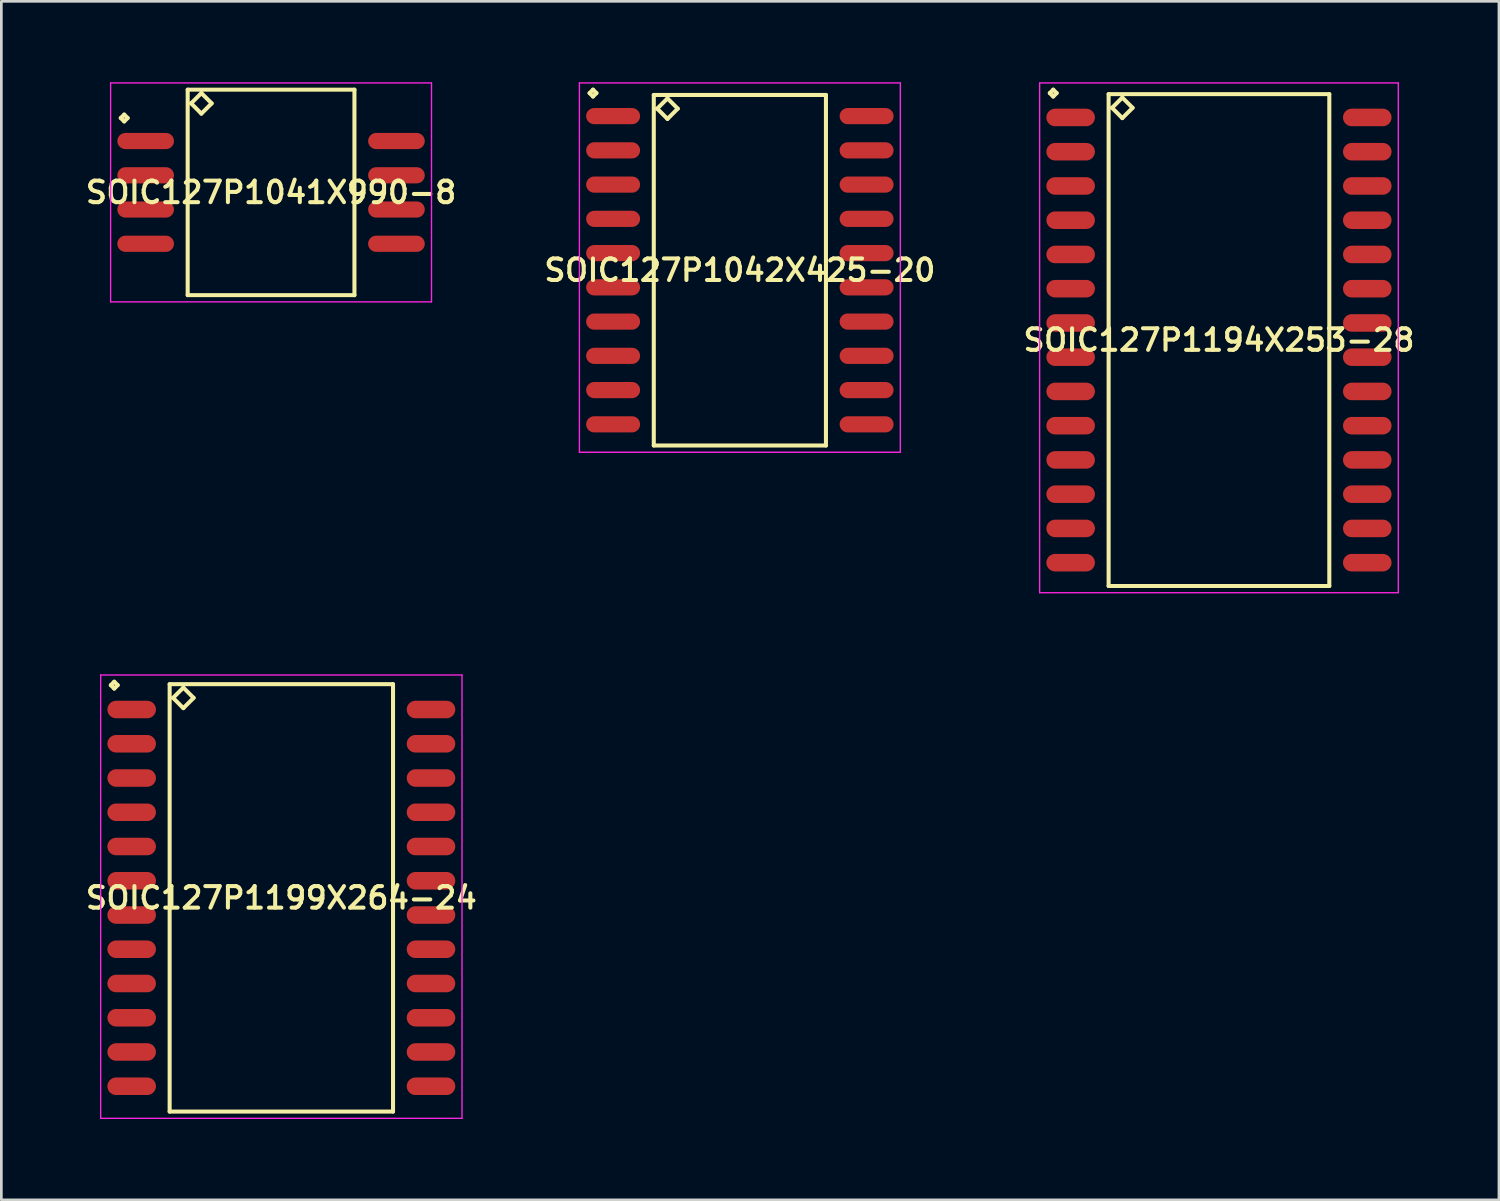
<source format=kicad_pcb>
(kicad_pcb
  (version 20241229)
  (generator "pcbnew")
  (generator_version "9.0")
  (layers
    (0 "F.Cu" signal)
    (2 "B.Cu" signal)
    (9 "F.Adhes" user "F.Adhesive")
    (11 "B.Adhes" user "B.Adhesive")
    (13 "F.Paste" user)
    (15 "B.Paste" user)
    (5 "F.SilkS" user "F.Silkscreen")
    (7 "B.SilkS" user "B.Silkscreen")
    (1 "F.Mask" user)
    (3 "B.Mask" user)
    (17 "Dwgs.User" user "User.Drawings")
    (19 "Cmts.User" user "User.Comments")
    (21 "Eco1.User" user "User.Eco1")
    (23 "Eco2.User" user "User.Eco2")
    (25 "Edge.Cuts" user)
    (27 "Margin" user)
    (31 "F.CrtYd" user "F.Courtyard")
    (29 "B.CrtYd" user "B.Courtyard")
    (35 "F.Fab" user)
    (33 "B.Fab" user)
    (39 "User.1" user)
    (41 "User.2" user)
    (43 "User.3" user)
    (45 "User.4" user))
  (footprint "SOIC127P1041X990-8"
    (layer "F.Cu")
    (at 7.002 4.085)
    (property "Reference" "SOIC127P1041X990-8" (at 0 0 0) (layer "F.SilkS") (effects (font (size 0.8 0.8) (thickness 0.15))))
    (attr smd)
    (fp_line (start -5.573 -2.759) (end -5.446 -2.886) (stroke (width 0.15) (type solid)) (layer "F.SilkS"))
    (fp_line (start -5.446 -2.886) (end -5.319 -2.759) (stroke (width 0.15) (type solid)) (layer "F.SilkS"))
    (fp_line (start -5.446 -2.632) (end -5.573 -2.759) (stroke (width 0.15) (type solid)) (layer "F.SilkS"))
    (fp_line (start -5.319 -2.759) (end -5.446 -2.632) (stroke (width 0.15) (type solid)) (layer "F.SilkS"))
    (fp_line (start -3.092 -3.81) (end -3.092 3.81) (stroke (width 0.15) (type solid)) (layer "F.SilkS"))
    (fp_line (start -3.092 3.81) (end 3.092 3.81) (stroke (width 0.15) (type solid)) (layer "F.SilkS"))
    (fp_line (start -2.965 -3.302) (end -2.584 -3.683) (stroke (width 0.15) (type solid)) (layer "F.SilkS"))
    (fp_line (start -2.584 -3.683) (end -2.203 -3.302) (stroke (width 0.15) (type solid)) (layer "F.SilkS"))
    (fp_line (start -2.584 -2.921) (end -2.965 -3.302) (stroke (width 0.15) (type solid)) (layer "F.SilkS"))
    (fp_line (start -2.203 -3.302) (end -2.584 -2.921) (stroke (width 0.15) (type solid)) (layer "F.SilkS"))
    (fp_line (start 3.092 -3.81) (end -3.092 -3.81) (stroke (width 0.15) (type solid)) (layer "F.SilkS"))
    (fp_line (start 3.092 3.81) (end 3.092 -3.81) (stroke (width 0.15) (type solid)) (layer "F.SilkS"))
    (fp_line (start -5.95 -4.06) (end 5.95 -4.06) (stroke (width 0.05) (type solid)) (layer "F.CrtYd"))
    (fp_line (start -5.95 4.06) (end -5.95 -4.06) (stroke (width 0.05) (type solid)) (layer "F.CrtYd"))
    (fp_line (start 5.95 -4.06) (end 5.95 4.06) (stroke (width 0.05) (type solid)) (layer "F.CrtYd"))
    (fp_line (start 5.95 4.06) (end -5.95 4.06) (stroke (width 0.05) (type solid)) (layer "F.CrtYd"))
    (pad "1" smd oval (at -4.65 -1.905) (size 2.1 0.6) (layers "F.Cu" "F.Mask" "F.Paste"))
    (pad "2" smd oval (at -4.65 -0.635) (size 2.1 0.6) (layers "F.Cu" "F.Mask" "F.Paste"))
    (pad "3" smd oval (at -4.65 0.635) (size 2.1 0.6) (layers "F.Cu" "F.Mask" "F.Paste"))
    (pad "4" smd oval (at -4.65 1.905) (size 2.1 0.6) (layers "F.Cu" "F.Mask" "F.Paste"))
    (pad "5" smd oval (at 4.65 1.905) (size 2.1 0.6) (layers "F.Cu" "F.Mask" "F.Paste"))
    (pad "6" smd oval (at 4.65 0.635) (size 2.1 0.6) (layers "F.Cu" "F.Mask" "F.Paste"))
    (pad "7" smd oval (at 4.65 -0.635) (size 2.1 0.6) (layers "F.Cu" "F.Mask" "F.Paste"))
    (pad "8" smd oval (at 4.65 -1.905) (size 2.1 0.6) (layers "F.Cu" "F.Mask" "F.Paste")))
  (footprint "SOIC127P1042X425-20"
    (layer "F.Cu")
    (at 24.387 6.971)
    (property "Reference" "SOIC127P1042X425-20" (at 0 0 0) (layer "F.SilkS") (effects (font (size 0.8 0.8) (thickness 0.15))))
    (attr smd)
    (fp_line (start -5.573 -6.569) (end -5.446 -6.696) (stroke (width 0.15) (type solid)) (layer "F.SilkS"))
    (fp_line (start -5.446 -6.696) (end -5.319 -6.569) (stroke (width 0.15) (type solid)) (layer "F.SilkS"))
    (fp_line (start -5.446 -6.442) (end -5.573 -6.569) (stroke (width 0.15) (type solid)) (layer "F.SilkS"))
    (fp_line (start -5.319 -6.569) (end -5.446 -6.442) (stroke (width 0.15) (type solid)) (layer "F.SilkS"))
    (fp_line (start -3.192 -6.5) (end -3.192 6.5) (stroke (width 0.15) (type solid)) (layer "F.SilkS"))
    (fp_line (start -3.192 6.5) (end 3.192 6.5) (stroke (width 0.15) (type solid)) (layer "F.SilkS"))
    (fp_line (start -3.065 -5.992) (end -2.684 -6.373) (stroke (width 0.15) (type solid)) (layer "F.SilkS"))
    (fp_line (start -2.684 -6.373) (end -2.303 -5.992) (stroke (width 0.15) (type solid)) (layer "F.SilkS"))
    (fp_line (start -2.684 -5.611) (end -3.065 -5.992) (stroke (width 0.15) (type solid)) (layer "F.SilkS"))
    (fp_line (start -2.303 -5.992) (end -2.684 -5.611) (stroke (width 0.15) (type solid)) (layer "F.SilkS"))
    (fp_line (start 3.192 -6.5) (end -3.192 -6.5) (stroke (width 0.15) (type solid)) (layer "F.SilkS"))
    (fp_line (start 3.192 6.5) (end 3.192 -6.5) (stroke (width 0.15) (type solid)) (layer "F.SilkS"))
    (fp_line (start -5.95 -6.946) (end 5.95 -6.946) (stroke (width 0.05) (type solid)) (layer "F.CrtYd"))
    (fp_line (start -5.95 6.75) (end -5.95 -6.946) (stroke (width 0.05) (type solid)) (layer "F.CrtYd"))
    (fp_line (start 5.95 -6.946) (end 5.95 6.75) (stroke (width 0.05) (type solid)) (layer "F.CrtYd"))
    (fp_line (start 5.95 6.75) (end -5.95 6.75) (stroke (width 0.05) (type solid)) (layer "F.CrtYd"))
    (pad "1" smd oval (at -4.7 -5.715) (size 2 0.6) (layers "F.Cu" "F.Mask" "F.Paste"))
    (pad "2" smd oval (at -4.7 -4.445) (size 2 0.6) (layers "F.Cu" "F.Mask" "F.Paste"))
    (pad "3" smd oval (at -4.7 -3.175) (size 2 0.6) (layers "F.Cu" "F.Mask" "F.Paste"))
    (pad "4" smd oval (at -4.7 -1.905) (size 2 0.6) (layers "F.Cu" "F.Mask" "F.Paste"))
    (pad "5" smd oval (at -4.7 -0.635) (size 2 0.6) (layers "F.Cu" "F.Mask" "F.Paste"))
    (pad "6" smd oval (at -4.7 0.635) (size 2 0.6) (layers "F.Cu" "F.Mask" "F.Paste"))
    (pad "7" smd oval (at -4.7 1.905) (size 2 0.6) (layers "F.Cu" "F.Mask" "F.Paste"))
    (pad "8" smd oval (at -4.7 3.175) (size 2 0.6) (layers "F.Cu" "F.Mask" "F.Paste"))
    (pad "9" smd oval (at -4.7 4.445) (size 2 0.6) (layers "F.Cu" "F.Mask" "F.Paste"))
    (pad "10" smd oval (at -4.7 5.715) (size 2 0.6) (layers "F.Cu" "F.Mask" "F.Paste"))
    (pad "11" smd oval (at 4.7 5.715) (size 2 0.6) (layers "F.Cu" "F.Mask" "F.Paste"))
    (pad "12" smd oval (at 4.7 4.445) (size 2 0.6) (layers "F.Cu" "F.Mask" "F.Paste"))
    (pad "13" smd oval (at 4.7 3.175) (size 2 0.6) (layers "F.Cu" "F.Mask" "F.Paste"))
    (pad "14" smd oval (at 4.7 1.905) (size 2 0.6) (layers "F.Cu" "F.Mask" "F.Paste"))
    (pad "15" smd oval (at 4.7 0.635) (size 2 0.6) (layers "F.Cu" "F.Mask" "F.Paste"))
    (pad "16" smd oval (at 4.7 -0.635) (size 2 0.6) (layers "F.Cu" "F.Mask" "F.Paste"))
    (pad "17" smd oval (at 4.7 -1.905) (size 2 0.6) (layers "F.Cu" "F.Mask" "F.Paste"))
    (pad "18" smd oval (at 4.7 -3.175) (size 2 0.6) (layers "F.Cu" "F.Mask" "F.Paste"))
    (pad "19" smd oval (at 4.7 -4.445) (size 2 0.6) (layers "F.Cu" "F.Mask" "F.Paste"))
    (pad "20" smd oval (at 4.7 -5.715) (size 2 0.6) (layers "F.Cu" "F.Mask" "F.Paste")))
  (footprint "SOIC127P1194X253-28"
    (layer "F.Cu")
    (at 42.154 9.561)
    (property "Reference" "SOIC127P1194X253-28" (at 0 0 0) (layer "F.SilkS") (effects (font (size 0.8 0.8) (thickness 0.15))))
    (attr smd)
    (fp_line (start -6.273 -9.159) (end -6.146 -9.286) (stroke (width 0.15) (type solid)) (layer "F.SilkS"))
    (fp_line (start -6.146 -9.286) (end -6.019 -9.159) (stroke (width 0.15) (type solid)) (layer "F.SilkS"))
    (fp_line (start -6.146 -9.032) (end -6.273 -9.159) (stroke (width 0.15) (type solid)) (layer "F.SilkS"))
    (fp_line (start -6.019 -9.159) (end -6.146 -9.032) (stroke (width 0.15) (type solid)) (layer "F.SilkS"))
    (fp_line (start -4.092 -9.12) (end -4.092 9.12) (stroke (width 0.15) (type solid)) (layer "F.SilkS"))
    (fp_line (start -4.092 9.12) (end 4.092 9.12) (stroke (width 0.15) (type solid)) (layer "F.SilkS"))
    (fp_line (start -3.965 -8.612) (end -3.584 -8.993) (stroke (width 0.15) (type solid)) (layer "F.SilkS"))
    (fp_line (start -3.584 -8.993) (end -3.203 -8.612) (stroke (width 0.15) (type solid)) (layer "F.SilkS"))
    (fp_line (start -3.584 -8.231) (end -3.965 -8.612) (stroke (width 0.15) (type solid)) (layer "F.SilkS"))
    (fp_line (start -3.203 -8.612) (end -3.584 -8.231) (stroke (width 0.15) (type solid)) (layer "F.SilkS"))
    (fp_line (start 4.092 -9.12) (end -4.092 -9.12) (stroke (width 0.15) (type solid)) (layer "F.SilkS"))
    (fp_line (start 4.092 9.12) (end 4.092 -9.12) (stroke (width 0.15) (type solid)) (layer "F.SilkS"))
    (fp_line (start -6.65 -9.536) (end 6.65 -9.536) (stroke (width 0.05) (type solid)) (layer "F.CrtYd"))
    (fp_line (start -6.65 9.37) (end -6.65 -9.536) (stroke (width 0.05) (type solid)) (layer "F.CrtYd"))
    (fp_line (start 6.65 -9.536) (end 6.65 9.37) (stroke (width 0.05) (type solid)) (layer "F.CrtYd"))
    (fp_line (start 6.65 9.37) (end -6.65 9.37) (stroke (width 0.05) (type solid)) (layer "F.CrtYd"))
    (pad "1" smd oval (at -5.5 -8.255) (size 1.8 0.65) (layers "F.Cu" "F.Mask" "F.Paste"))
    (pad "2" smd oval (at -5.5 -6.985) (size 1.8 0.65) (layers "F.Cu" "F.Mask" "F.Paste"))
    (pad "3" smd oval (at -5.5 -5.715) (size 1.8 0.65) (layers "F.Cu" "F.Mask" "F.Paste"))
    (pad "4" smd oval (at -5.5 -4.445) (size 1.8 0.65) (layers "F.Cu" "F.Mask" "F.Paste"))
    (pad "5" smd oval (at -5.5 -3.175) (size 1.8 0.65) (layers "F.Cu" "F.Mask" "F.Paste"))
    (pad "6" smd oval (at -5.5 -1.905) (size 1.8 0.65) (layers "F.Cu" "F.Mask" "F.Paste"))
    (pad "7" smd oval (at -5.5 -0.635) (size 1.8 0.65) (layers "F.Cu" "F.Mask" "F.Paste"))
    (pad "8" smd oval (at -5.5 0.635) (size 1.8 0.65) (layers "F.Cu" "F.Mask" "F.Paste"))
    (pad "9" smd oval (at -5.5 1.905) (size 1.8 0.65) (layers "F.Cu" "F.Mask" "F.Paste"))
    (pad "10" smd oval (at -5.5 3.175) (size 1.8 0.65) (layers "F.Cu" "F.Mask" "F.Paste"))
    (pad "11" smd oval (at -5.5 4.445) (size 1.8 0.65) (layers "F.Cu" "F.Mask" "F.Paste"))
    (pad "12" smd oval (at -5.5 5.715) (size 1.8 0.65) (layers "F.Cu" "F.Mask" "F.Paste"))
    (pad "13" smd oval (at -5.5 6.985) (size 1.8 0.65) (layers "F.Cu" "F.Mask" "F.Paste"))
    (pad "14" smd oval (at -5.5 8.255) (size 1.8 0.65) (layers "F.Cu" "F.Mask" "F.Paste"))
    (pad "15" smd oval (at 5.5 8.255) (size 1.8 0.65) (layers "F.Cu" "F.Mask" "F.Paste"))
    (pad "16" smd oval (at 5.5 6.985) (size 1.8 0.65) (layers "F.Cu" "F.Mask" "F.Paste"))
    (pad "17" smd oval (at 5.5 5.715) (size 1.8 0.65) (layers "F.Cu" "F.Mask" "F.Paste"))
    (pad "18" smd oval (at 5.5 4.445) (size 1.8 0.65) (layers "F.Cu" "F.Mask" "F.Paste"))
    (pad "19" smd oval (at 5.5 3.175) (size 1.8 0.65) (layers "F.Cu" "F.Mask" "F.Paste"))
    (pad "20" smd oval (at 5.5 1.905) (size 1.8 0.65) (layers "F.Cu" "F.Mask" "F.Paste"))
    (pad "21" smd oval (at 5.5 0.635) (size 1.8 0.65) (layers "F.Cu" "F.Mask" "F.Paste"))
    (pad "22" smd oval (at 5.5 -0.635) (size 1.8 0.65) (layers "F.Cu" "F.Mask" "F.Paste"))
    (pad "23" smd oval (at 5.5 -1.905) (size 1.8 0.65) (layers "F.Cu" "F.Mask" "F.Paste"))
    (pad "24" smd oval (at 5.5 -3.175) (size 1.8 0.65) (layers "F.Cu" "F.Mask" "F.Paste"))
    (pad "25" smd oval (at 5.5 -4.445) (size 1.8 0.65) (layers "F.Cu" "F.Mask" "F.Paste"))
    (pad "26" smd oval (at 5.5 -5.715) (size 1.8 0.65) (layers "F.Cu" "F.Mask" "F.Paste"))
    (pad "27" smd oval (at 5.5 -6.985) (size 1.8 0.65) (layers "F.Cu" "F.Mask" "F.Paste"))
    (pad "28" smd oval (at 5.5 -8.255) (size 1.8 0.65) (layers "F.Cu" "F.Mask" "F.Paste")))
  (footprint "SOIC127P1199X264-24"
    (layer "F.Cu")
    (at 7.383 30.247)
    (property "Reference" "SOIC127P1199X264-24" (at 0 0 0) (layer "F.SilkS") (effects (font (size 0.8 0.8) (thickness 0.15))))
    (attr smd)
    (fp_line (start -6.323 -7.889) (end -6.196 -8.016) (stroke (width 0.15) (type solid)) (layer "F.SilkS"))
    (fp_line (start -6.196 -8.016) (end -6.069 -7.889) (stroke (width 0.15) (type solid)) (layer "F.SilkS"))
    (fp_line (start -6.196 -7.762) (end -6.323 -7.889) (stroke (width 0.15) (type solid)) (layer "F.SilkS"))
    (fp_line (start -6.069 -7.889) (end -6.196 -7.762) (stroke (width 0.15) (type solid)) (layer "F.SilkS"))
    (fp_line (start -4.142 -7.925) (end -4.142 7.925) (stroke (width 0.15) (type solid)) (layer "F.SilkS"))
    (fp_line (start -4.142 7.925) (end 4.142 7.925) (stroke (width 0.15) (type solid)) (layer "F.SilkS"))
    (fp_line (start -4.015 -7.417) (end -3.634 -7.798) (stroke (width 0.15) (type solid)) (layer "F.SilkS"))
    (fp_line (start -3.634 -7.798) (end -3.253 -7.417) (stroke (width 0.15) (type solid)) (layer "F.SilkS"))
    (fp_line (start -3.634 -7.036) (end -4.015 -7.417) (stroke (width 0.15) (type solid)) (layer "F.SilkS"))
    (fp_line (start -3.253 -7.417) (end -3.634 -7.036) (stroke (width 0.15) (type solid)) (layer "F.SilkS"))
    (fp_line (start 4.142 -7.925) (end -4.142 -7.925) (stroke (width 0.15) (type solid)) (layer "F.SilkS"))
    (fp_line (start 4.142 7.925) (end 4.142 -7.925) (stroke (width 0.15) (type solid)) (layer "F.SilkS"))
    (fp_line (start -6.7 -8.266) (end 6.7 -8.266) (stroke (width 0.05) (type solid)) (layer "F.CrtYd"))
    (fp_line (start -6.7 8.175) (end -6.7 -8.266) (stroke (width 0.05) (type solid)) (layer "F.CrtYd"))
    (fp_line (start 6.7 -8.266) (end 6.7 8.175) (stroke (width 0.05) (type solid)) (layer "F.CrtYd"))
    (fp_line (start 6.7 8.175) (end -6.7 8.175) (stroke (width 0.05) (type solid)) (layer "F.CrtYd"))
    (pad "1" smd oval (at -5.55 -6.985) (size 1.8 0.65) (layers "F.Cu" "F.Mask" "F.Paste"))
    (pad "2" smd oval (at -5.55 -5.715) (size 1.8 0.65) (layers "F.Cu" "F.Mask" "F.Paste"))
    (pad "3" smd oval (at -5.55 -4.445) (size 1.8 0.65) (layers "F.Cu" "F.Mask" "F.Paste"))
    (pad "4" smd oval (at -5.55 -3.175) (size 1.8 0.65) (layers "F.Cu" "F.Mask" "F.Paste"))
    (pad "5" smd oval (at -5.55 -1.905) (size 1.8 0.65) (layers "F.Cu" "F.Mask" "F.Paste"))
    (pad "6" smd oval (at -5.55 -0.635) (size 1.8 0.65) (layers "F.Cu" "F.Mask" "F.Paste"))
    (pad "7" smd oval (at -5.55 0.635) (size 1.8 0.65) (layers "F.Cu" "F.Mask" "F.Paste"))
    (pad "8" smd oval (at -5.55 1.905) (size 1.8 0.65) (layers "F.Cu" "F.Mask" "F.Paste"))
    (pad "9" smd oval (at -5.55 3.175) (size 1.8 0.65) (layers "F.Cu" "F.Mask" "F.Paste"))
    (pad "10" smd oval (at -5.55 4.445) (size 1.8 0.65) (layers "F.Cu" "F.Mask" "F.Paste"))
    (pad "11" smd oval (at -5.55 5.715) (size 1.8 0.65) (layers "F.Cu" "F.Mask" "F.Paste"))
    (pad "12" smd oval (at -5.55 6.985) (size 1.8 0.65) (layers "F.Cu" "F.Mask" "F.Paste"))
    (pad "13" smd oval (at 5.55 6.985) (size 1.8 0.65) (layers "F.Cu" "F.Mask" "F.Paste"))
    (pad "14" smd oval (at 5.55 5.715) (size 1.8 0.65) (layers "F.Cu" "F.Mask" "F.Paste"))
    (pad "15" smd oval (at 5.55 4.445) (size 1.8 0.65) (layers "F.Cu" "F.Mask" "F.Paste"))
    (pad "16" smd oval (at 5.55 3.175) (size 1.8 0.65) (layers "F.Cu" "F.Mask" "F.Paste"))
    (pad "17" smd oval (at 5.55 1.905) (size 1.8 0.65) (layers "F.Cu" "F.Mask" "F.Paste"))
    (pad "18" smd oval (at 5.55 0.635) (size 1.8 0.65) (layers "F.Cu" "F.Mask" "F.Paste"))
    (pad "19" smd oval (at 5.55 -0.635) (size 1.8 0.65) (layers "F.Cu" "F.Mask" "F.Paste"))
    (pad "20" smd oval (at 5.55 -1.905) (size 1.8 0.65) (layers "F.Cu" "F.Mask" "F.Paste"))
    (pad "21" smd oval (at 5.55 -3.175) (size 1.8 0.65) (layers "F.Cu" "F.Mask" "F.Paste"))
    (pad "22" smd oval (at 5.55 -4.445) (size 1.8 0.65) (layers "F.Cu" "F.Mask" "F.Paste"))
    (pad "23" smd oval (at 5.55 -5.715) (size 1.8 0.65) (layers "F.Cu" "F.Mask" "F.Paste"))
    (pad "24" smd oval (at 5.55 -6.985) (size 1.8 0.65) (layers "F.Cu" "F.Mask" "F.Paste")))
  (gr_rect
    (start -3 -3)
    (end 52.537 41.447)
    (stroke (width 0.1) (type default))
    (fill no)
    (layer "Edge.Cuts")))
</source>
